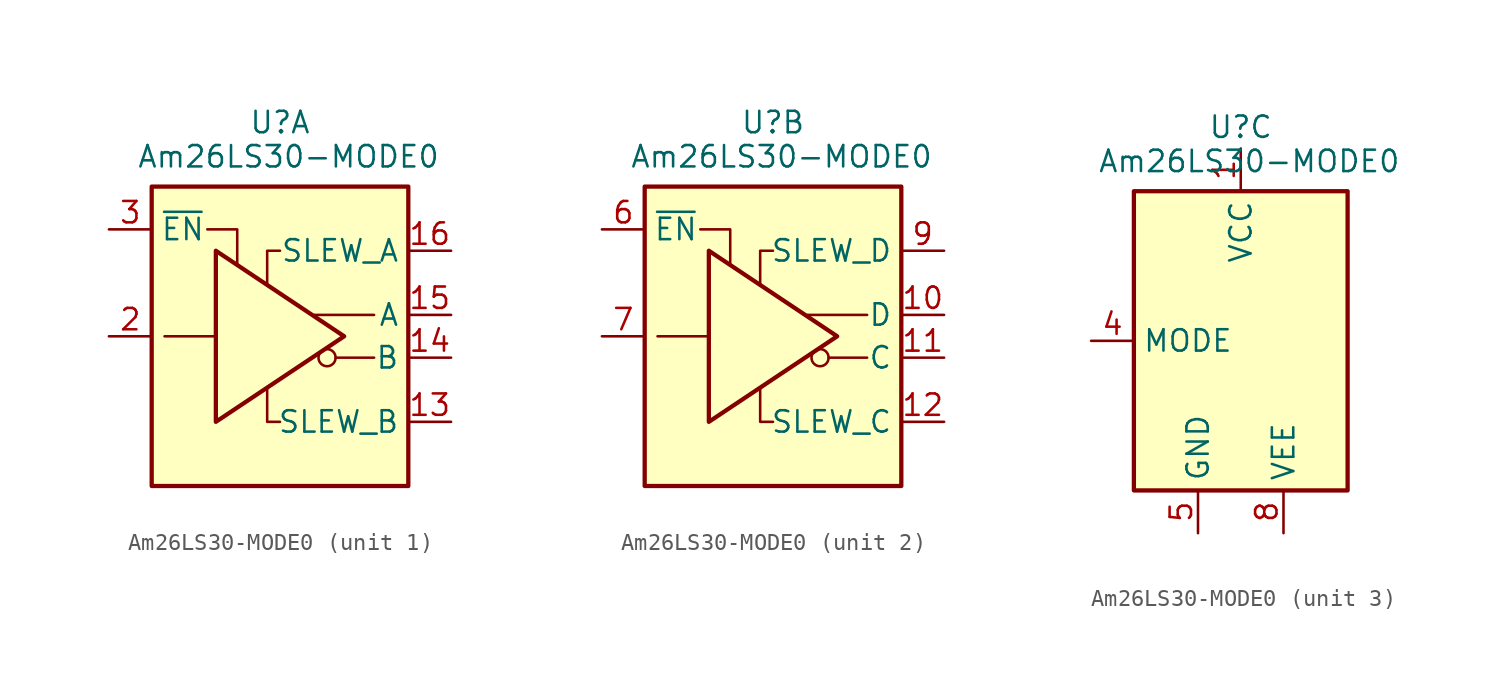
<source format=kicad_sym>
(kicad_symbol_lib
  (version 20241209)
  (generator "kicad_symbol_editor")
  (generator_version "9.0")
  (symbol "Am26LS30-MODE0"
    (property "Reference" "U"
      (at 0 12.7 0)
      (effects (font (size 1.27 1.27))))
    (property "Value" "Am26LS30-MODE0"
      (at 0.508 10.668 0)
      (effects (font (size 1.27 1.27))))
    (property "ki_locked" ""
      (at 0 0 0)
      (effects (font (size 1.27 1.27))))
    (symbol "Am26LS30-MODE0_1_0"
      (polyline (pts (xy -3.81 5.08) (xy -3.81 -5.08) (xy 3.81 0) (xy -3.81 5.08)) (stroke (width 0.254) (type default)) (fill (type background))))
    (symbol "Am26LS30-MODE0_1_1"
      (rectangle (start -7.62 8.89) (end 7.62 -8.89) (stroke (width 0.254) (type default)) (fill (type background)))
      (polyline (pts (xy -6.858 0) (xy -3.81 0)) (stroke (width 0) (type default)) (fill (type none)))
      (polyline (pts (xy -2.54 4.318) (xy -2.54 6.35) (xy -4.318 6.35)) (stroke (width 0) (type default)) (fill (type none)))
      (polyline (pts (xy -0.762 3.048) (xy -0.762 5.08) (xy 0 5.08)) (stroke (width 0) (type default)) (fill (type none)))
      (polyline (pts (xy -0.762 -3.048) (xy -0.762 -5.08) (xy 0 -5.08)) (stroke (width 0) (type default)) (fill (type none)))
      (polyline (pts (xy 2.032 1.27) (xy 5.588 1.27)) (stroke (width 0) (type default)) (fill (type none)))
      (circle (center 2.794 -1.27) (radius 0.508) (stroke (width 0) (type default)) (fill (type none)))
      (polyline (pts (xy 3.302 -1.27) (xy 5.588 -1.27)) (stroke (width 0) (type default)) (fill (type none)))
      (pin input line (at -10.16 6.35 0) (length 2.54) (name "~{EN}" (effects (font (size 1.27 1.27)))) (number "3" (effects (font (size 1.27 1.27)))))
      (pin input line (at -10.16 0 0) (length 2.54) (name "" (effects (font (size 1.27 1.27)))) (number "2" (effects (font (size 1.27 1.27)))))
      (pin output line (at 10.16 5.08 180) (length 2.54) (name "SLEW_A" (effects (font (size 1.27 1.27)))) (number "16" (effects (font (size 1.27 1.27)))))
      (pin output line (at 10.16 1.27 180) (length 2.54) (name "A" (effects (font (size 1.27 1.27)))) (number "15" (effects (font (size 1.27 1.27)))))
      (pin output line (at 10.16 -1.27 180) (length 2.54) (name "B" (effects (font (size 1.27 1.27)))) (number "14" (effects (font (size 1.27 1.27)))))
      (pin output line (at 10.16 -5.08 180) (length 2.54) (name "SLEW_B" (effects (font (size 1.27 1.27)))) (number "13" (effects (font (size 1.27 1.27))))))
    (symbol "Am26LS30-MODE0_2_0"
      (polyline (pts (xy -3.81 5.08) (xy -3.81 -5.08) (xy 3.81 0) (xy -3.81 5.08)) (stroke (width 0.254) (type default)) (fill (type background))))
    (symbol "Am26LS30-MODE0_2_1"
      (rectangle (start -7.62 8.89) (end 7.62 -8.89) (stroke (width 0.254) (type default)) (fill (type background)))
      (polyline (pts (xy -6.858 0) (xy -3.81 0)) (stroke (width 0) (type default)) (fill (type none)))
      (polyline (pts (xy -2.54 4.318) (xy -2.54 6.35) (xy -4.318 6.35)) (stroke (width 0) (type default)) (fill (type none)))
      (polyline (pts (xy -0.762 3.048) (xy -0.762 5.08) (xy 0 5.08)) (stroke (width 0) (type default)) (fill (type none)))
      (polyline (pts (xy -0.762 -3.048) (xy -0.762 -5.08) (xy 0 -5.08)) (stroke (width 0) (type default)) (fill (type none)))
      (polyline (pts (xy 2.032 1.27) (xy 5.588 1.27)) (stroke (width 0) (type default)) (fill (type none)))
      (circle (center 2.794 -1.27) (radius 0.508) (stroke (width 0) (type default)) (fill (type none)))
      (polyline (pts (xy 3.302 -1.27) (xy 5.588 -1.27)) (stroke (width 0) (type default)) (fill (type none)))
      (pin input line (at -10.16 6.35 0) (length 2.54) (name "~{EN}" (effects (font (size 1.27 1.27)))) (number "6" (effects (font (size 1.27 1.27)))))
      (pin input line (at -10.16 0 0) (length 2.54) (name "" (effects (font (size 1.27 1.27)))) (number "7" (effects (font (size 1.27 1.27)))))
      (pin output line (at 10.16 5.08 180) (length 2.54) (name "SLEW_D" (effects (font (size 1.27 1.27)))) (number "9" (effects (font (size 1.27 1.27)))))
      (pin output line (at 10.16 1.27 180) (length 2.54) (name "D" (effects (font (size 1.27 1.27)))) (number "10" (effects (font (size 1.27 1.27)))))
      (pin output line (at 10.16 -1.27 180) (length 2.54) (name "C" (effects (font (size 1.27 1.27)))) (number "11" (effects (font (size 1.27 1.27)))))
      (pin output line (at 10.16 -5.08 180) (length 2.54) (name "SLEW_C" (effects (font (size 1.27 1.27)))) (number "12" (effects (font (size 1.27 1.27))))))
    (symbol "Am26LS30-MODE0_3_1"
      (rectangle (start -6.35 8.89) (end 6.35 -8.89) (stroke (width 0.254) (type default)) (fill (type background)))
      (pin input line (at -8.89 0 0) (length 2.54) (name "MODE" (effects (font (size 1.27 1.27)))) (number "4" (effects (font (size 1.27 1.27)))))
      (pin power_in line (at -2.54 -11.43 90) (length 2.54) (name "GND" (effects (font (size 1.27 1.27)))) (number "5" (effects (font (size 1.27 1.27)))))
      (pin power_in line (at 0 11.43 270) (length 2.54) (name "VCC" (effects (font (size 1.27 1.27)))) (number "1" (effects (font (size 1.27 1.27)))))
      (pin power_in line (at 2.54 -11.43 90) (length 2.54) (name "VEE" (effects (font (size 1.27 1.27)))) (number "8" (effects (font (size 1.27 1.27))))))))
</source>
